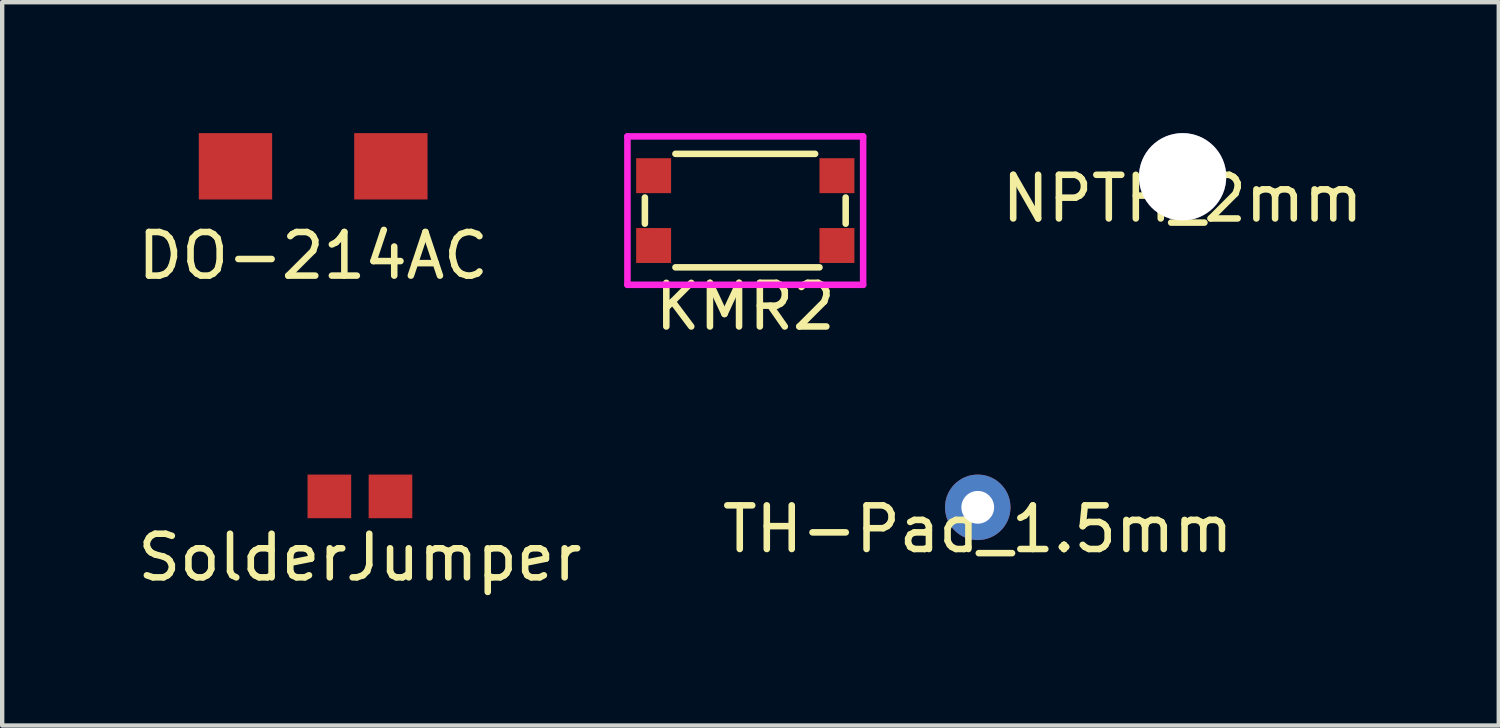
<source format=kicad_pcb>
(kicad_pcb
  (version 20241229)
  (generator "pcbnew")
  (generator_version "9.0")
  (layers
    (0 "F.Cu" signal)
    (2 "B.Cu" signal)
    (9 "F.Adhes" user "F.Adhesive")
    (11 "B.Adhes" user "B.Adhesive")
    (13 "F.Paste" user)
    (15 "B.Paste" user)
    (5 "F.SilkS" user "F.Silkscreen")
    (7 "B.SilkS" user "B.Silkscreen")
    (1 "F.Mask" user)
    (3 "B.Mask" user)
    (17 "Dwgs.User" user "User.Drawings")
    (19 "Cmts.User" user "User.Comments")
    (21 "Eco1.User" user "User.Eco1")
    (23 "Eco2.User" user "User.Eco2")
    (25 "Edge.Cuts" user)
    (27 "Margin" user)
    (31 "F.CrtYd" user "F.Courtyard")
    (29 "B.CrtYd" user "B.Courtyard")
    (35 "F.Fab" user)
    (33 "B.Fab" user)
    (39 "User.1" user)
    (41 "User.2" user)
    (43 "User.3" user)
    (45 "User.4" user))
  (footprint "SolderJumper"
    (layer "F.Cu")
    (at 5.196 8.323)
    (property "Reference" "SolderJumper" (at 0 1.4 0) (layer "F.SilkS") (effects (font (size 1 1) (thickness 0.15))))
    (attr through_hole)
    (pad "1" smd rect (at -0.7 0) (size 1 1) (layers "F.Cu" "F.Mask" "F.Paste"))
    (pad "2" smd rect (at 0.7 0) (size 1 1) (layers "F.Cu" "F.Mask" "F.Paste")))
  (footprint "DO-214AC"
    (layer "F.Cu")
    (at 4.125 0.76)
    (property "Reference" "DO-214AC" (at 0 2.05 0) (layer "F.SilkS") (effects (font (size 1 1) (thickness 0.15))))
    (attr through_hole)
    (pad "1" smd rect (at -1.78 0) (size 1.68 1.52) (layers "F.Cu" "F.Mask" "F.Paste"))
    (pad "2" smd rect (at 1.78 0) (size 1.68 1.52) (layers "F.Cu" "F.Mask" "F.Paste")))
  (footprint "KMR2"
    (layer "F.Cu")
    (at 14.025 1.775)
    (property "Reference" "KMR2" (at 0 2.2 0) (layer "F.SilkS") (effects (font (size 1 1) (thickness 0.15))))
    (attr through_hole)
    (fp_line (start -2.3 0.3) (end -2.3 -0.3) (stroke (width 0.15) (type solid)) (layer "F.SilkS"))
    (fp_line (start -1.6 -1.3) (end 1.6 -1.3) (stroke (width 0.15) (type solid)) (layer "F.SilkS"))
    (fp_line (start -1.6 1.3) (end 1.7 1.3) (stroke (width 0.15) (type solid)) (layer "F.SilkS"))
    (fp_line (start 2.3 -0.3) (end 2.3 0.3) (stroke (width 0.15) (type solid)) (layer "F.SilkS"))
    (fp_line (start -2.7 -1.7) (end 2.7 -1.7) (stroke (width 0.15) (type solid)) (layer "F.CrtYd"))
    (fp_line (start -2.7 1.7) (end -2.7 -1.7) (stroke (width 0.15) (type solid)) (layer "F.CrtYd"))
    (fp_line (start 2.7 -1.7) (end 2.7 1.7) (stroke (width 0.15) (type solid)) (layer "F.CrtYd"))
    (fp_line (start 2.7 1.7) (end -2.7 1.7) (stroke (width 0.15) (type solid)) (layer "F.CrtYd"))
    (pad "1" smd rect (at -2.1 0.8) (size 0.8 0.8) (layers "F.Cu" "F.Mask" "F.Paste"))
    (pad "1" smd rect (at 2.1 0.8) (size 0.8 0.8) (layers "F.Cu" "F.Mask" "F.Paste"))
    (pad "2" smd rect (at -2.1 -0.8) (size 0.8 0.8) (layers "F.Cu" "F.Mask" "F.Paste"))
    (pad "2" smd rect (at 2.1 -0.8) (size 0.8 0.8) (layers "F.Cu" "F.Mask" "F.Paste")))
  (footprint "TH-Pad_1.5mm"
    (layer "F.Cu")
    (at 19.351 8.573)
    (property "Reference" "TH-Pad_1.5mm" (at 0 0.5 0) (layer "F.SilkS") (effects (font (size 1 1) (thickness 0.15))))
    (attr through_hole)
    (pad "1" thru_hole circle (at 0 0) (size 1.5 1.5) (drill 0.75) (layers "*.Cu" "*.Mask")))
  (footprint "NPTH_2mm"
    (layer "F.Cu")
    (at 24.044 1)
    (property "Reference" "NPTH_2mm" (at 0 0.5 0) (layer "F.SilkS") (effects (font (size 1 1) (thickness 0.15))))
    (attr through_hole)
    (pad "" thru_hole circle (at 0 0) (size 2 2) (drill 2) (layers "*.Cu" "*.Mask")))
  (gr_rect
    (start -3 -3)
    (end 31.288 13.572)
    (stroke (width 0.1) (type default))
    (fill no)
    (layer "Edge.Cuts")))
</source>
